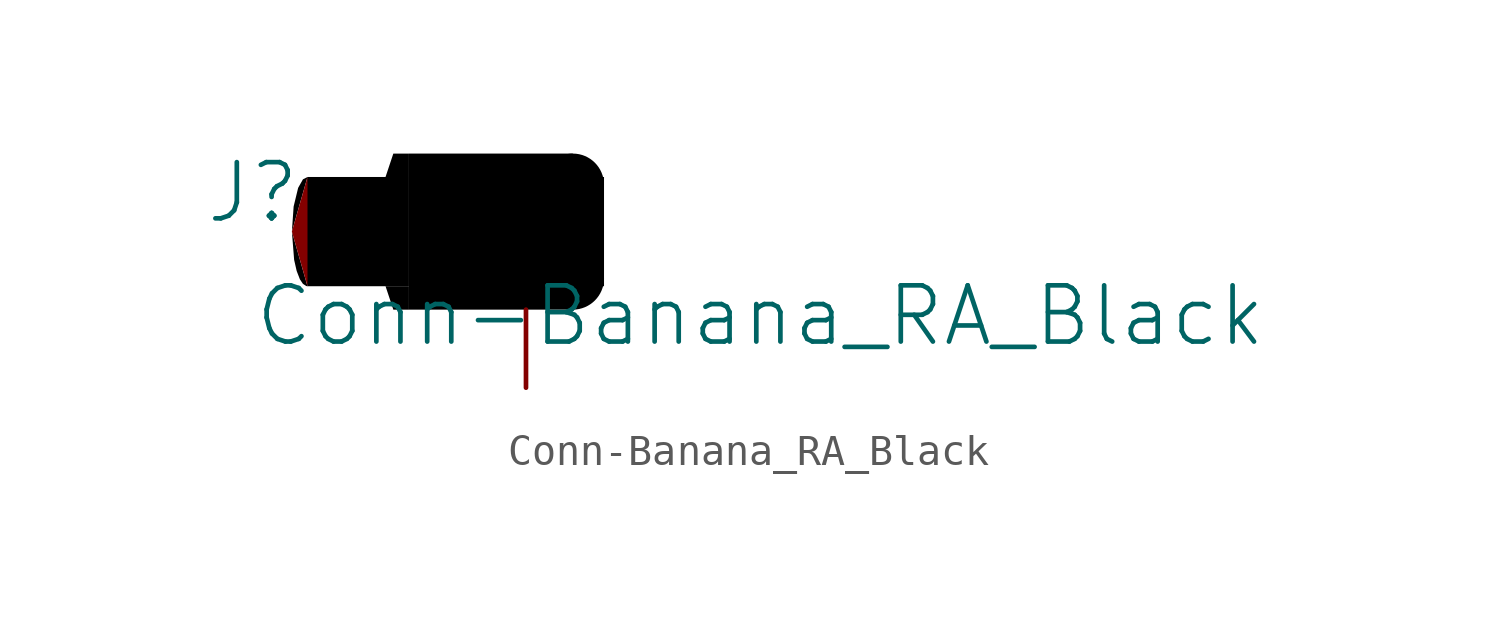
<source format=kicad_sym>
(kicad_symbol_lib
  (version 20231120)
  (generator "kicad_symbol_editor")
  (generator_version "8.0")
  (symbol "Conn-Banana_RA_Black"
    (property "Reference" "J"
      (at -1.27 1.27 0)
      (effects (font (size 1.829 1.829))))
    (property "Value" "Conn-Banana_RA_Black"
      (at -1.27 -3.81 0)
      (effects (font (size 1.829 1.829)) (justify left bottom)))
    (symbol "Conn-Banana_RA_Black_1_0"
      (polyline (pts (xy 0.762 0) (xy 0.508 1.27) (xy 0.254 0) (xy 0.508 -1.27) (xy 0.762 0)) (stroke (width -0.0001) (type default)) (fill (type outline)))
      (polyline (pts (xy 1.016 0) (xy 0.508 1.778) (xy 0 0) (xy 0.508 -1.778) (xy 1.016 0)) (stroke (width -0.0001) (type default)) (fill (type outline)))
      (polyline (pts (xy 3.81 -2.54) (xy 3.302 -2.54) (xy 3.048 -1.778) (xy 3.81 -1.778) (xy 3.81 -2.54)) (stroke (width -0.0001) (type solid) (color 0 0 0 1)) (fill (type outline)))
      (polyline (pts (xy 3.81 2.54) (xy 3.302 2.54) (xy 3.048 1.778) (xy 3.81 1.778) (xy 3.81 2.54)) (stroke (width -0.0001) (type solid) (color 0 0 0 1)) (fill (type outline)))
      (bezier (pts (xy 0 0) (xy 0 -0.982) (xy 0.227 -1.778) (xy 0.508 -1.778)) (stroke (width -0.0001) (type solid) (color 0 0 0 1)) (fill (type outline)))
      (bezier (pts (xy 0.254 0) (xy 0.254 -0.701) (xy 0.368 -1.27) (xy 0.508 -1.27)) (stroke (width -0.0001) (type solid) (color 67 67 67 1)) (fill (type outline)))
      (bezier (pts (xy 0.508 -1.778) (xy 0.788 -1.778) (xy 1.016 -0.982) (xy 1.016 0)) (stroke (width -0.0001) (type solid) (color 0 0 0 1)) (fill (type outline)))
      (bezier (pts (xy 0.508 -1.27) (xy 0.648 -1.27) (xy 0.762 -0.701) (xy 0.762 0)) (stroke (width -0.0001) (type solid) (color 67 67 67 1)) (fill (type outline)))
      (bezier (pts (xy 0.508 1.27) (xy 0.368 1.27) (xy 0.254 0.701) (xy 0.254 0)) (stroke (width -0.0001) (type solid) (color 67 67 67 1)) (fill (type outline)))
      (bezier (pts (xy 0.508 1.778) (xy 0.227 1.778) (xy 0 0.982) (xy 0 0)) (stroke (width -0.0001) (type solid) (color 0 0 0 1)) (fill (type outline)))
      (bezier (pts (xy 0.762 0) (xy 0.762 0.701) (xy 0.648 1.27) (xy 0.508 1.27)) (stroke (width -0.0001) (type solid) (color 67 67 67 1)) (fill (type outline)))
      (bezier (pts (xy 1.016 0) (xy 1.016 0.982) (xy 0.788 1.778) (xy 0.508 1.778)) (stroke (width -0.0001) (type solid) (color 0 0 0 1)) (fill (type outline)))
      (rectangle (start 3.81 1.778) (end 0.508 -1.778) (stroke (width -0.0001) (type solid) (color 0 0 0 1)) (fill (type outline)))
      (circle (center 9.144 -1.524) (radius 1.016) (stroke (width -0.0001) (type solid) (color 0 0 0 1)) (fill (type outline)))
      (circle (center 9.144 1.524) (radius 1.016) (stroke (width -0.0001) (type solid) (color 0 0 0 1)) (fill (type outline)))
      (rectangle (start 9.144 2.54) (end 3.81 -2.54) (stroke (width -0.0001) (type solid) (color 0 0 0 1)) (fill (type outline)))
      (rectangle (start 10.16 1.778) (end 6.096 -1.778) (stroke (width -0.0001) (type solid) (color 0 0 0 1)) (fill (type outline)))
      (pin passive line (at 7.62 -5.08 90) (length 2.54) (name "1" (effects (font (size 0 0)))) (number "1" (effects (font (size 0 0))))))))
</source>
